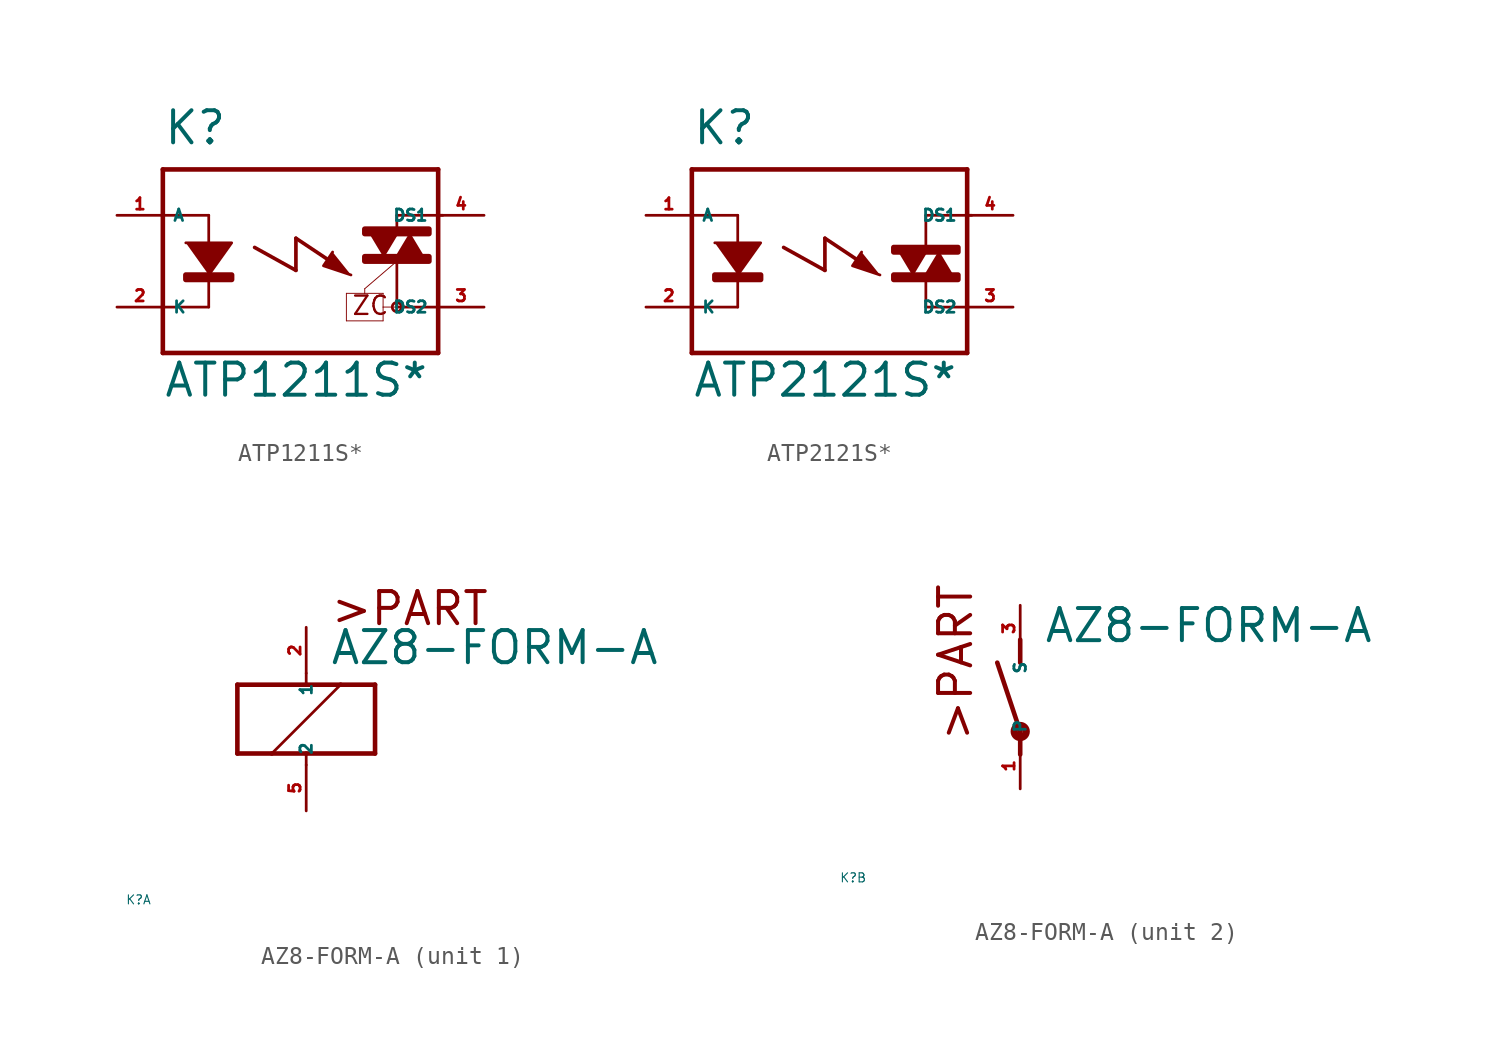
<source format=kicad_sym>
(kicad_symbol_lib
  (version 20220914)
  (generator Eagle2Kicad)
  (symbol "ATP1211S*"
    (property "Reference" "K"
      (at -7.62 6.35 0)
      (effects (font (size 1.778 1.778) (thickness 0.22)) (justify left bottom)))
    (property "Value" "ATP1211S*"
      (at -7.62 -7.62 0)
      (effects (font (size 1.778 1.778) (thickness 0.22)) (justify left bottom)))
    (polyline
      (pts (xy -6.35 1.016) (xy -3.81 1.016) (xy -5.08 -0.762))
      (stroke (width 0.152) (type default))
      (fill (type outline)))
    (polyline
      (pts (xy 6.096 1.524) (xy 5.334 0.254) (xy 6.858 0.254))
      (stroke (width 0.152) (type default))
      (fill (type outline)))
    (polyline
      (pts (xy 1.778 0.508) (xy 1.27 -0.254) (xy 2.794 -0.762))
      (stroke (width 0.152) (type default))
      (fill (type outline)))
    (polyline
      (pts (xy 4.572 0.254) (xy 5.334 1.524) (xy 3.81 1.524))
      (stroke (width 0.152) (type default))
      (fill (type outline)))
    (polyline
      (pts (xy -5.08 2.54) (xy -5.08 -2.54))
      (stroke (width 0.152) (type default))
      (fill (type none)))
    (polyline
      (pts (xy -7.62 5.08) (xy -7.62 2.54))
      (stroke (width 0.254) (type default))
      (fill (type none)))
    (polyline
      (pts (xy -7.62 2.54) (xy -7.62 -2.54))
      (stroke (width 0.254) (type default))
      (fill (type none)))
    (polyline
      (pts (xy -7.62 -2.54) (xy -7.62 -5.08))
      (stroke (width 0.254) (type default))
      (fill (type none)))
    (polyline
      (pts (xy -7.62 -5.08) (xy 7.62 -5.08))
      (stroke (width 0.254) (type default))
      (fill (type none)))
    (polyline
      (pts (xy 5.334 2.54) (xy 7.874 2.54))
      (stroke (width 0.152) (type default))
      (fill (type none)))
    (polyline
      (pts (xy 5.334 -2.54) (xy 7.62 -2.54))
      (stroke (width 0.152) (type default))
      (fill (type none)))
    (polyline
      (pts (xy 7.62 -5.08) (xy 7.62 5.08))
      (stroke (width 0.254) (type default))
      (fill (type none)))
    (polyline
      (pts (xy 7.62 5.08) (xy -7.62 5.08))
      (stroke (width 0.254) (type default))
      (fill (type none)))
    (polyline
      (pts (xy 5.334 2.54) (xy 5.334 1.778))
      (stroke (width 0.152) (type default))
      (fill (type none)))
    (polyline
      (pts (xy 5.334 0) (xy 5.334 -2.54))
      (stroke (width 0.152) (type default))
      (fill (type none)))
    (polyline
      (pts (xy -5.08 2.54) (xy -7.62 2.54))
      (stroke (width 0.152) (type default))
      (fill (type none)))
    (polyline
      (pts (xy -5.08 -2.54) (xy -7.62 -2.54))
      (stroke (width 0.152) (type default))
      (fill (type none)))
    (polyline
      (pts (xy -2.54 0.762) (xy -0.254 -0.508))
      (stroke (width 0.203) (type default))
      (fill (type none)))
    (polyline
      (pts (xy -0.254 -0.508) (xy -0.254 1.27))
      (stroke (width 0.203) (type default))
      (fill (type none)))
    (polyline
      (pts (xy -0.254 1.27) (xy 1.651 0))
      (stroke (width 0.203) (type default))
      (fill (type none)))
    (polyline
      (pts (xy 5.334 0) (xy 3.556 -1.524))
      (stroke (width 0.051) (type default))
      (fill (type none)))
    (polyline
      (pts (xy 3.556 -1.524) (xy 3.556 -1.778))
      (stroke (width 0.051) (type default))
      (fill (type none)))
    (polyline
      (pts (xy 3.556 -1.778) (xy 2.54 -1.778))
      (stroke (width 0.051) (type default))
      (fill (type none)))
    (polyline
      (pts (xy 2.54 -1.778) (xy 2.54 -3.302))
      (stroke (width 0.051) (type default))
      (fill (type none)))
    (polyline
      (pts (xy 2.54 -3.302) (xy 4.572 -3.302))
      (stroke (width 0.051) (type default))
      (fill (type none)))
    (polyline
      (pts (xy 4.572 -3.302) (xy 4.572 -2.54))
      (stroke (width 0.051) (type default))
      (fill (type none)))
    (polyline
      (pts (xy 4.572 -2.54) (xy 4.572 -1.778))
      (stroke (width 0.051) (type default))
      (fill (type none)))
    (polyline
      (pts (xy 4.572 -1.778) (xy 3.556 -1.778))
      (stroke (width 0.051) (type default))
      (fill (type none)))
    (polyline
      (pts (xy 4.572 -2.54) (xy 5.334 -2.54))
      (stroke (width 0.051) (type default))
      (fill (type none)))
    (text "ZC"
      (at 2.794 -3.048 0)
      (effects (font (size 1.016 1.016) (thickness 0.13)) (justify left bottom)))
    (circle
      (center 5.334 -2.54)
      (radius 0.254)
      (stroke (width 0) (type default))
      (fill (type none)))
    (rectangle
      (start -6.35 -1.016)
      (end -3.81 -0.762)
      (stroke (width 0.3) (type default))
      (fill (type outline)))
    (rectangle
      (start 3.556 1.524)
      (end 7.112 1.778)
      (stroke (width 0.3) (type default))
      (fill (type outline)))
    (rectangle
      (start 3.556 0)
      (end 7.112 0.254)
      (stroke (width 0.3) (type default))
      (fill (type outline)))
    (pin passive line
      (at -10.16 2.54 0)
      (length 2.54)
      (name "A" (effects (font (size 0.635 0.635) (thickness 0.08)) (justify left bottom)))
      (number "1" (effects (font (size 0.635 0.635) (thickness 0.08)) (justify left bottom))))
    (pin passive line
      (at -10.16 -2.54 0)
      (length 2.54)
      (name "K" (effects (font (size 0.635 0.635) (thickness 0.08)) (justify left bottom)))
      (number "2" (effects (font (size 0.635 0.635) (thickness 0.08)) (justify left bottom))))
    (pin passive line
      (at 10.16 2.54 180)
      (length 2.54)
      (name "DS1" (effects (font (size 0.635 0.635) (thickness 0.08)) (justify left bottom)))
      (number "4" (effects (font (size 0.635 0.635) (thickness 0.08)) (justify left bottom))))
    (pin passive line
      (at 10.16 -2.54 180)
      (length 2.54)
      (name "DS2" (effects (font (size 0.635 0.635) (thickness 0.08)) (justify left bottom)))
      (number "3" (effects (font (size 0.635 0.635) (thickness 0.08)) (justify left bottom)))))
  (symbol "ATP2121S*"
    (property "Reference" "K"
      (at -7.62 6.35 0)
      (effects (font (size 1.778 1.778) (thickness 0.22)) (justify left bottom)))
    (property "Value" "ATP2121S*"
      (at -7.62 -7.62 0)
      (effects (font (size 1.778 1.778) (thickness 0.22)) (justify left bottom)))
    (polyline
      (pts (xy -6.35 1.016) (xy -3.81 1.016) (xy -5.08 -0.762))
      (stroke (width 0.152) (type default))
      (fill (type outline)))
    (polyline
      (pts (xy 6.096 0.508) (xy 5.334 -0.762) (xy 6.858 -0.762))
      (stroke (width 0.152) (type default))
      (fill (type outline)))
    (polyline
      (pts (xy 1.778 0.508) (xy 1.27 -0.254) (xy 2.794 -0.762))
      (stroke (width 0.152) (type default))
      (fill (type outline)))
    (polyline
      (pts (xy 4.572 -0.762) (xy 5.334 0.508) (xy 3.81 0.508))
      (stroke (width 0.152) (type default))
      (fill (type outline)))
    (polyline
      (pts (xy -5.08 2.54) (xy -5.08 -2.54))
      (stroke (width 0.152) (type default))
      (fill (type none)))
    (polyline
      (pts (xy -7.62 5.08) (xy -7.62 2.54))
      (stroke (width 0.254) (type default))
      (fill (type none)))
    (polyline
      (pts (xy -7.62 2.54) (xy -7.62 -2.54))
      (stroke (width 0.254) (type default))
      (fill (type none)))
    (polyline
      (pts (xy -7.62 -2.54) (xy -7.62 -5.08))
      (stroke (width 0.254) (type default))
      (fill (type none)))
    (polyline
      (pts (xy -7.62 -5.08) (xy 7.62 -5.08))
      (stroke (width 0.254) (type default))
      (fill (type none)))
    (polyline
      (pts (xy 5.334 2.54) (xy 7.874 2.54))
      (stroke (width 0.152) (type default))
      (fill (type none)))
    (polyline
      (pts (xy 5.334 -2.54) (xy 7.62 -2.54))
      (stroke (width 0.152) (type default))
      (fill (type none)))
    (polyline
      (pts (xy 7.62 -5.08) (xy 7.62 5.08))
      (stroke (width 0.254) (type default))
      (fill (type none)))
    (polyline
      (pts (xy 7.62 5.08) (xy -7.62 5.08))
      (stroke (width 0.254) (type default))
      (fill (type none)))
    (polyline
      (pts (xy 5.334 2.54) (xy 5.334 0.762))
      (stroke (width 0.152) (type default))
      (fill (type none)))
    (polyline
      (pts (xy 5.334 -1.016) (xy 5.334 -2.54))
      (stroke (width 0.152) (type default))
      (fill (type none)))
    (polyline
      (pts (xy -5.08 2.54) (xy -7.62 2.54))
      (stroke (width 0.152) (type default))
      (fill (type none)))
    (polyline
      (pts (xy -5.08 -2.54) (xy -7.62 -2.54))
      (stroke (width 0.152) (type default))
      (fill (type none)))
    (polyline
      (pts (xy -2.54 0.762) (xy -0.254 -0.508))
      (stroke (width 0.203) (type default))
      (fill (type none)))
    (polyline
      (pts (xy -0.254 -0.508) (xy -0.254 1.27))
      (stroke (width 0.203) (type default))
      (fill (type none)))
    (polyline
      (pts (xy -0.254 1.27) (xy 1.651 0))
      (stroke (width 0.203) (type default))
      (fill (type none)))
    (rectangle
      (start -6.35 -1.016)
      (end -3.81 -0.762)
      (stroke (width 0.3) (type default))
      (fill (type outline)))
    (rectangle
      (start 3.556 0.508)
      (end 7.112 0.762)
      (stroke (width 0.3) (type default))
      (fill (type outline)))
    (rectangle
      (start 3.556 -1.016)
      (end 7.112 -0.762)
      (stroke (width 0.3) (type default))
      (fill (type outline)))
    (pin passive line
      (at -10.16 2.54 0)
      (length 2.54)
      (name "A" (effects (font (size 0.635 0.635) (thickness 0.08)) (justify left bottom)))
      (number "1" (effects (font (size 0.635 0.635) (thickness 0.08)) (justify left bottom))))
    (pin passive line
      (at -10.16 -2.54 0)
      (length 2.54)
      (name "K" (effects (font (size 0.635 0.635) (thickness 0.08)) (justify left bottom)))
      (number "2" (effects (font (size 0.635 0.635) (thickness 0.08)) (justify left bottom))))
    (pin passive line
      (at 10.16 2.54 180)
      (length 2.54)
      (name "DS1" (effects (font (size 0.635 0.635) (thickness 0.08)) (justify left bottom)))
      (number "4" (effects (font (size 0.635 0.635) (thickness 0.08)) (justify left bottom))))
    (pin passive line
      (at 10.16 -2.54 180)
      (length 2.54)
      (name "DS2" (effects (font (size 0.635 0.635) (thickness 0.08)) (justify left bottom)))
      (number "3" (effects (font (size 0.635 0.635) (thickness 0.08)) (justify left bottom)))))
  (symbol "AZ8-FORM-A"
    (property "Reference" "K"
      (at -10 -10 0)
      (effects (font (size 0.5 0.5) (thickness 0.06)) (justify left)))
    (property "Value" "AZ8-FORM-A"
      (at 1.27 2.921 0)
      (effects (font (size 1.778 1.778) (thickness 0.22)) (justify left bottom)))
    (symbol "AZ8-FORM-A_1_0"
      (polyline (pts (xy -3.81 -1.905) (xy -1.905 -1.905)) (stroke (width 0.254) (type default)) (fill (type none)))
      (polyline (pts (xy 3.81 -1.905) (xy 3.81 1.905)) (stroke (width 0.254) (type default)) (fill (type none)))
      (polyline (pts (xy 3.81 1.905) (xy 1.905 1.905)) (stroke (width 0.254) (type default)) (fill (type none)))
      (polyline (pts (xy -3.81 1.905) (xy -3.81 -1.905)) (stroke (width 0.254) (type default)) (fill (type none)))
      (polyline (pts (xy 0 -2.54) (xy 0 -1.905)) (stroke (width 0.152) (type default)) (fill (type none)))
      (polyline (pts (xy 0 -1.905) (xy 3.81 -1.905)) (stroke (width 0.254) (type default)) (fill (type none)))
      (polyline (pts (xy 0 2.54) (xy 0 1.905)) (stroke (width 0.152) (type default)) (fill (type none)))
      (polyline (pts (xy 0 1.905) (xy -3.81 1.905)) (stroke (width 0.254) (type default)) (fill (type none)))
      (polyline (pts (xy -1.905 -1.905) (xy 1.905 1.905)) (stroke (width 0.152) (type default)) (fill (type none)))
      (polyline (pts (xy -1.905 -1.905) (xy 0 -1.905)) (stroke (width 0.254) (type default)) (fill (type none)))
      (polyline (pts (xy 1.905 1.905) (xy 0 1.905)) (stroke (width 0.254) (type default)) (fill (type none)))
      (text ">PART" (at 1.27 5.08 0) (effects (font (size 1.778 1.778) (thickness 0.22)) (justify left bottom)))
      (pin passive line (at 0 -5.08 90) (length 2.54) (name "2" (effects (font (size 0.635 0.635) (thickness 0.08)) (justify left bottom))) (number "5" (effects (font (size 0.635 0.635) (thickness 0.08)) (justify left bottom))))
      (pin passive line (at 0 5.08 270) (length 2.54) (name "1" (effects (font (size 0.635 0.635) (thickness 0.08)) (justify left bottom))) (number "2" (effects (font (size 0.635 0.635) (thickness 0.08)) (justify left bottom)))))
    (symbol "AZ8-FORM-A_2_0"
      (polyline (pts (xy 0 3.175) (xy 0 1.905)) (stroke (width 0.254) (type default)) (fill (type none)))
      (polyline (pts (xy 0 -3.175) (xy 0 -1.905)) (stroke (width 0.254) (type default)) (fill (type none)))
      (polyline (pts (xy 0 -1.905) (xy -1.27 1.905)) (stroke (width 0.254) (type default)) (fill (type none)))
      (text ">PART" (at -2.54 -2.54 900) (effects (font (size 1.778 1.778) (thickness 0.22)) (justify left bottom)))
      (circle (center 0 -1.905) (radius 0.127) (stroke (width 0.406) (type default)) (fill (type none)))
      (pin passive line (at 0 -5.08 90) (length 2.54) (name "P" (effects (font (size 0.635 0.635) (thickness 0.08)) (justify left bottom))) (number "1" (effects (font (size 0.635 0.635) (thickness 0.08)) (justify left bottom))))
      (pin passive line (at 0 5.08 270) (length 2.54) (name "S" (effects (font (size 0.635 0.635) (thickness 0.08)) (justify left bottom))) (number "3" (effects (font (size 0.635 0.635) (thickness 0.08)) (justify left bottom)))))))
</source>
